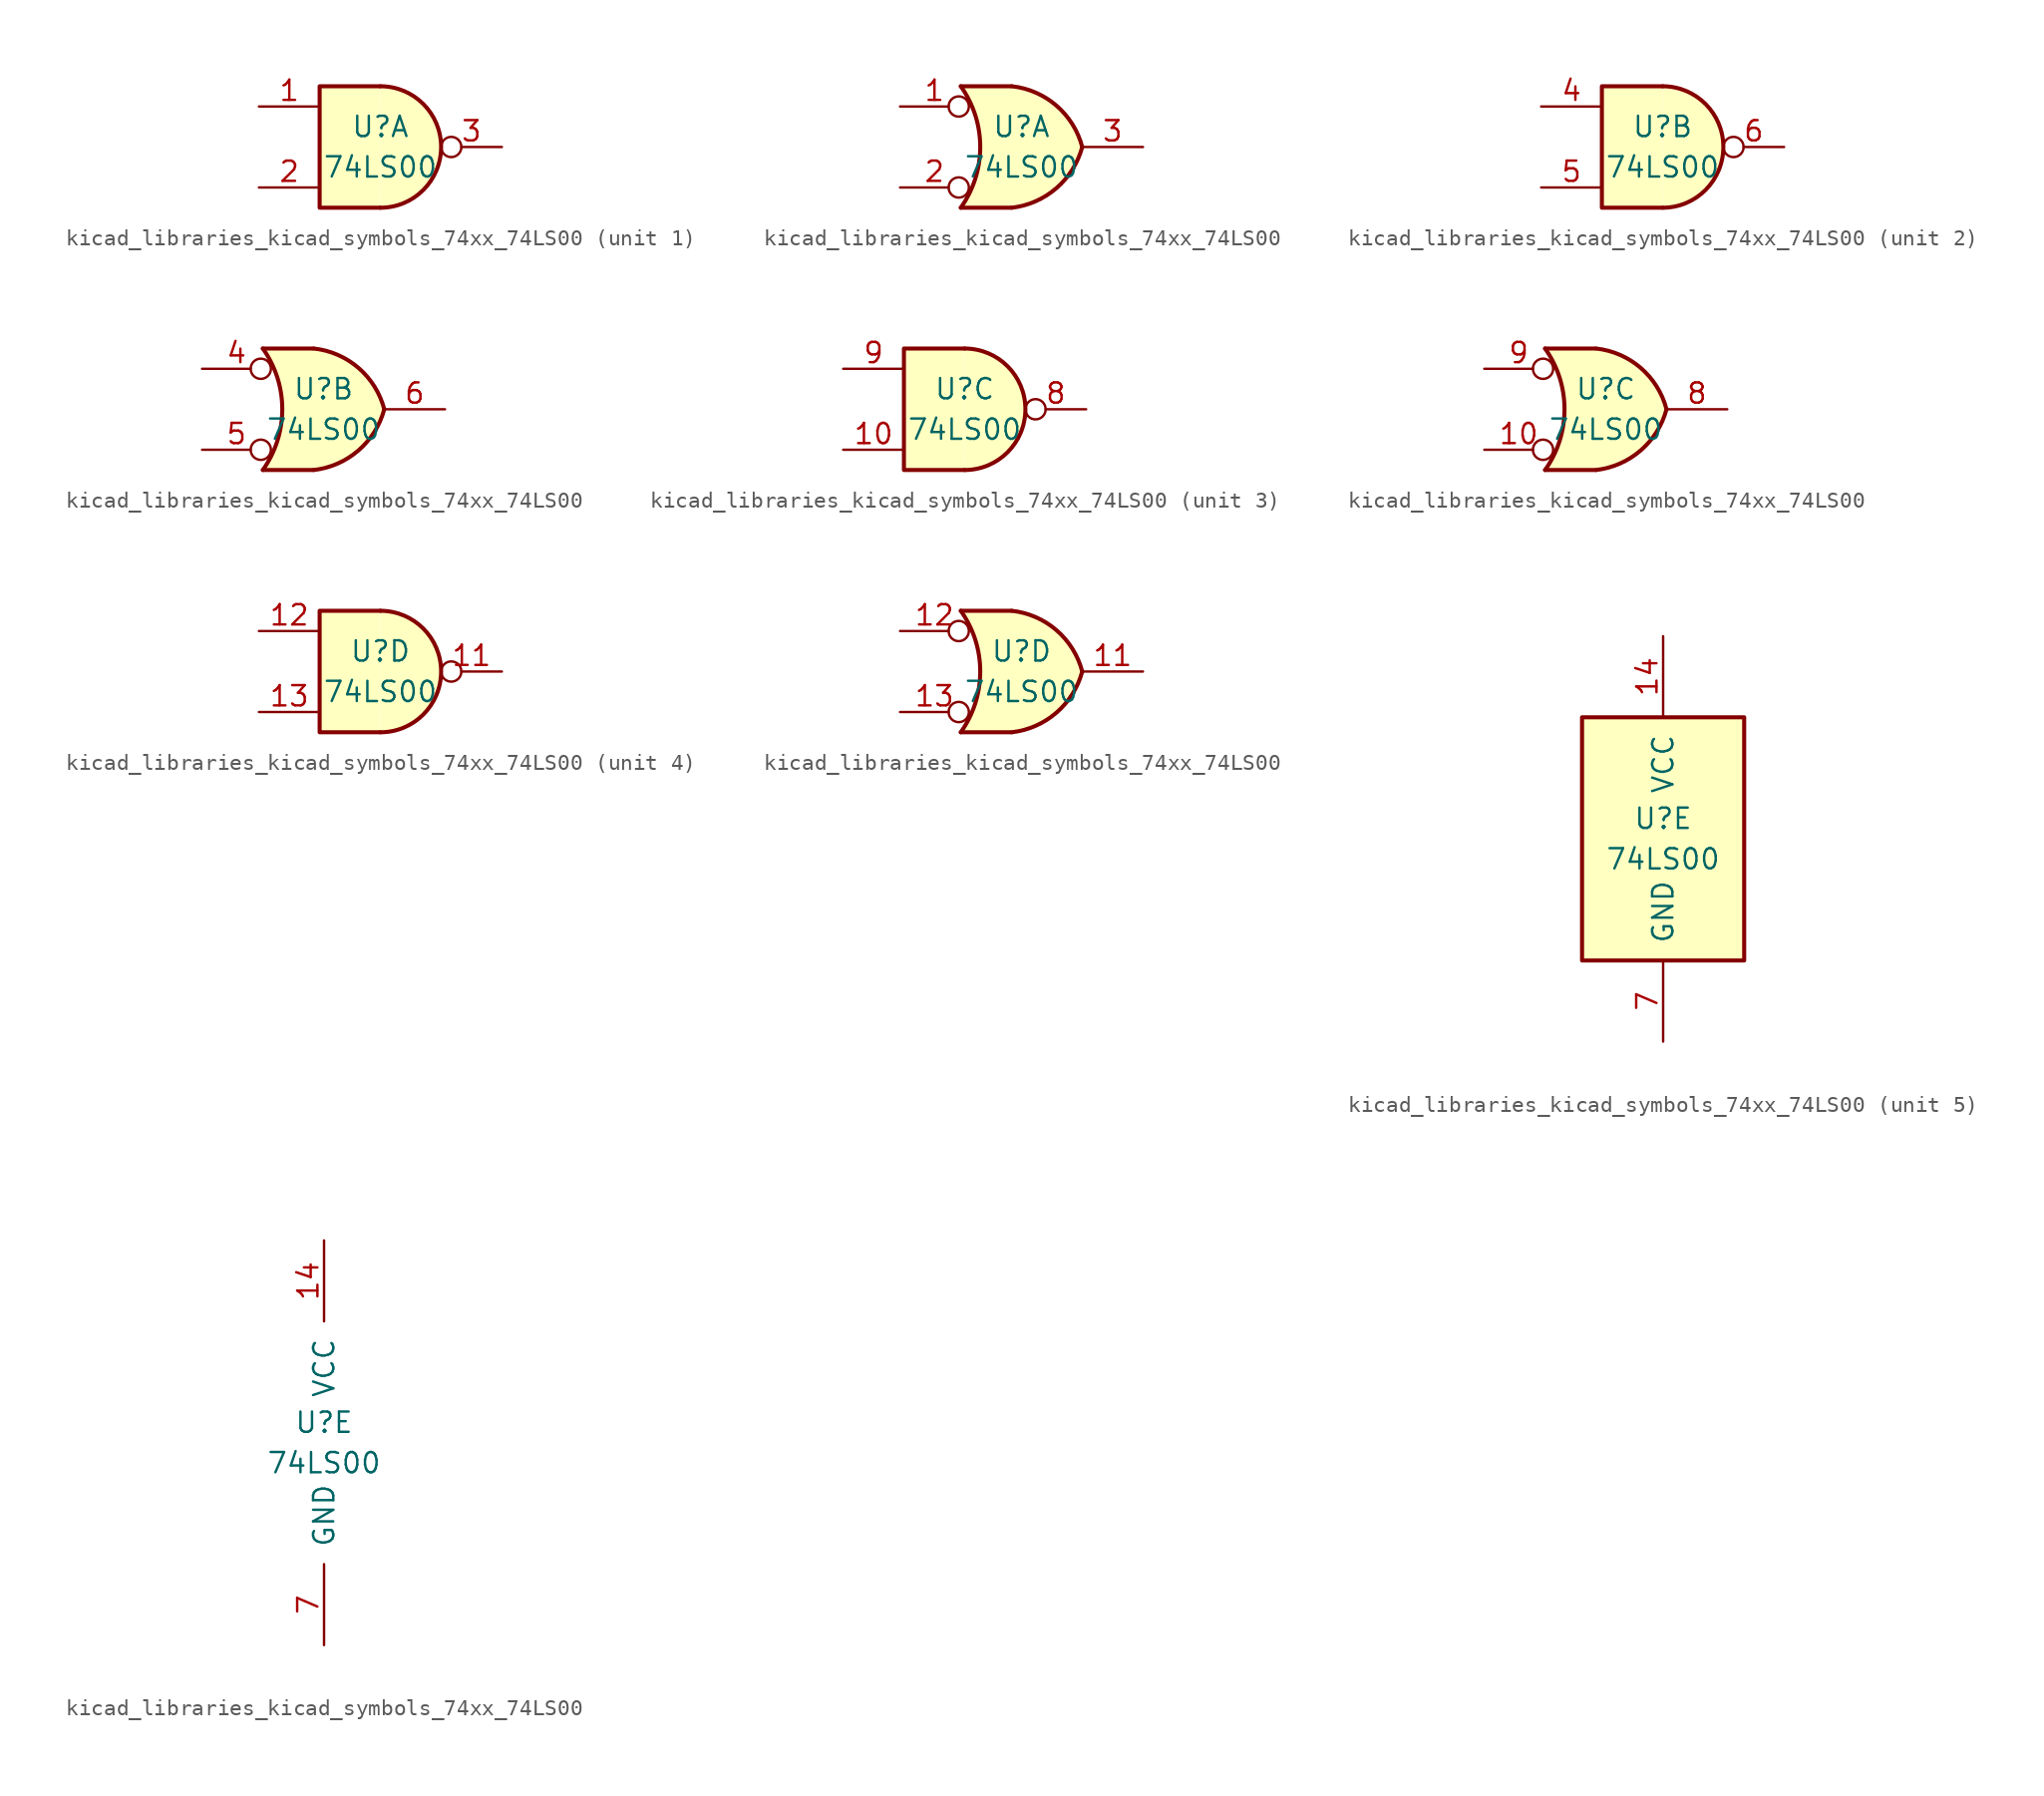
<source format=kicad_sym>
(kicad_symbol_lib
  (version 20220914)
  (generator kicad_symbol_editor)
  (symbol "kicad_libraries_kicad_symbols_74xx_74LS00"
    (pin_names
      (offset 1.016))
    (property "Reference" "U"
      (at 0 1.27 0)
      (effects (font (size 1.27 1.27))))
    (property "Value" "74LS00"
      (at 0 -1.27 0)
      (effects (font (size 1.27 1.27))))
    (property "ki_locked" ""
      (at 0 0 0)
      (effects (font (size 1.27 1.27))))
    (symbol "kicad_libraries_kicad_symbols_74xx_74LS00_1_1"
      (arc (start 0 -3.81) (mid 3.7934 0) (end 0 3.81) (stroke (width 0.254) (type default)) (fill (type background)))
      (polyline (pts (xy 0 3.81) (xy -3.81 3.81) (xy -3.81 -3.81) (xy 0 -3.81)) (stroke (width 0.254) (type default)) (fill (type background)))
      (pin input line (at -7.62 2.54 0) (length 3.81) (name "~" (effects (font (size 1.27 1.27)))) (number "1" (effects (font (size 1.27 1.27)))))
      (pin input line (at -7.62 -2.54 0) (length 3.81) (name "~" (effects (font (size 1.27 1.27)))) (number "2" (effects (font (size 1.27 1.27)))))
      (pin output inverted (at 7.62 0 180) (length 3.81) (name "~" (effects (font (size 1.27 1.27)))) (number "3" (effects (font (size 1.27 1.27))))))
    (symbol "kicad_libraries_kicad_symbols_74xx_74LS00_1_2"
      (arc (start -3.81 -3.81) (mid -2.589 0) (end -3.81 3.81) (stroke (width 0.254) (type default)) (fill (type none)))
      (arc (start -0.6096 -3.81) (mid 2.1842 -2.5851) (end 3.81 0) (stroke (width 0.254) (type default)) (fill (type background)))
      (polyline (pts (xy -3.81 -3.81) (xy -0.635 -3.81)) (stroke (width 0.254) (type default)) (fill (type background)))
      (polyline (pts (xy -3.81 3.81) (xy -0.635 3.81)) (stroke (width 0.254) (type default)) (fill (type background)))
      (polyline (pts (xy -0.635 3.81) (xy -3.81 3.81) (xy -3.81 3.81) (xy -3.556 3.404) (xy -3.023 2.261) (xy -2.692 1.041) (xy -2.616 -0.254) (xy -2.769 -1.499) (xy -3.175 -2.718) (xy -3.81 -3.81) (xy -3.81 -3.81) (xy -0.635 -3.81)) (stroke (width -25.4) (type default)) (fill (type background)))
      (arc (start 3.81 0) (mid 2.1915 2.5936) (end -0.6096 3.81) (stroke (width 0.254) (type default)) (fill (type background)))
      (pin input inverted (at -7.62 2.54 0) (length 4.318) (name "~" (effects (font (size 1.27 1.27)))) (number "1" (effects (font (size 1.27 1.27)))))
      (pin input inverted (at -7.62 -2.54 0) (length 4.318) (name "~" (effects (font (size 1.27 1.27)))) (number "2" (effects (font (size 1.27 1.27)))))
      (pin output line (at 7.62 0 180) (length 3.81) (name "~" (effects (font (size 1.27 1.27)))) (number "3" (effects (font (size 1.27 1.27))))))
    (symbol "kicad_libraries_kicad_symbols_74xx_74LS00_2_1"
      (arc (start 0 -3.81) (mid 3.7934 0) (end 0 3.81) (stroke (width 0.254) (type default)) (fill (type background)))
      (polyline (pts (xy 0 3.81) (xy -3.81 3.81) (xy -3.81 -3.81) (xy 0 -3.81)) (stroke (width 0.254) (type default)) (fill (type background)))
      (pin input line (at -7.62 2.54 0) (length 3.81) (name "~" (effects (font (size 1.27 1.27)))) (number "4" (effects (font (size 1.27 1.27)))))
      (pin input line (at -7.62 -2.54 0) (length 3.81) (name "~" (effects (font (size 1.27 1.27)))) (number "5" (effects (font (size 1.27 1.27)))))
      (pin output inverted (at 7.62 0 180) (length 3.81) (name "~" (effects (font (size 1.27 1.27)))) (number "6" (effects (font (size 1.27 1.27))))))
    (symbol "kicad_libraries_kicad_symbols_74xx_74LS00_2_2"
      (arc (start -3.81 -3.81) (mid -2.589 0) (end -3.81 3.81) (stroke (width 0.254) (type default)) (fill (type none)))
      (arc (start -0.6096 -3.81) (mid 2.1842 -2.5851) (end 3.81 0) (stroke (width 0.254) (type default)) (fill (type background)))
      (polyline (pts (xy -3.81 -3.81) (xy -0.635 -3.81)) (stroke (width 0.254) (type default)) (fill (type background)))
      (polyline (pts (xy -3.81 3.81) (xy -0.635 3.81)) (stroke (width 0.254) (type default)) (fill (type background)))
      (polyline (pts (xy -0.635 3.81) (xy -3.81 3.81) (xy -3.81 3.81) (xy -3.556 3.404) (xy -3.023 2.261) (xy -2.692 1.041) (xy -2.616 -0.254) (xy -2.769 -1.499) (xy -3.175 -2.718) (xy -3.81 -3.81) (xy -3.81 -3.81) (xy -0.635 -3.81)) (stroke (width -25.4) (type default)) (fill (type background)))
      (arc (start 3.81 0) (mid 2.1915 2.5936) (end -0.6096 3.81) (stroke (width 0.254) (type default)) (fill (type background)))
      (pin input inverted (at -7.62 2.54 0) (length 4.318) (name "~" (effects (font (size 1.27 1.27)))) (number "4" (effects (font (size 1.27 1.27)))))
      (pin input inverted (at -7.62 -2.54 0) (length 4.318) (name "~" (effects (font (size 1.27 1.27)))) (number "5" (effects (font (size 1.27 1.27)))))
      (pin output line (at 7.62 0 180) (length 3.81) (name "~" (effects (font (size 1.27 1.27)))) (number "6" (effects (font (size 1.27 1.27))))))
    (symbol "kicad_libraries_kicad_symbols_74xx_74LS00_3_1"
      (arc (start 0 -3.81) (mid 3.7934 0) (end 0 3.81) (stroke (width 0.254) (type default)) (fill (type background)))
      (polyline (pts (xy 0 3.81) (xy -3.81 3.81) (xy -3.81 -3.81) (xy 0 -3.81)) (stroke (width 0.254) (type default)) (fill (type background)))
      (pin input line (at -7.62 -2.54 0) (length 3.81) (name "~" (effects (font (size 1.27 1.27)))) (number "10" (effects (font (size 1.27 1.27)))))
      (pin output inverted (at 7.62 0 180) (length 3.81) (name "~" (effects (font (size 1.27 1.27)))) (number "8" (effects (font (size 1.27 1.27)))))
      (pin input line (at -7.62 2.54 0) (length 3.81) (name "~" (effects (font (size 1.27 1.27)))) (number "9" (effects (font (size 1.27 1.27))))))
    (symbol "kicad_libraries_kicad_symbols_74xx_74LS00_3_2"
      (arc (start -3.81 -3.81) (mid -2.589 0) (end -3.81 3.81) (stroke (width 0.254) (type default)) (fill (type none)))
      (arc (start -0.6096 -3.81) (mid 2.1842 -2.5851) (end 3.81 0) (stroke (width 0.254) (type default)) (fill (type background)))
      (polyline (pts (xy -3.81 -3.81) (xy -0.635 -3.81)) (stroke (width 0.254) (type default)) (fill (type background)))
      (polyline (pts (xy -3.81 3.81) (xy -0.635 3.81)) (stroke (width 0.254) (type default)) (fill (type background)))
      (polyline (pts (xy -0.635 3.81) (xy -3.81 3.81) (xy -3.81 3.81) (xy -3.556 3.404) (xy -3.023 2.261) (xy -2.692 1.041) (xy -2.616 -0.254) (xy -2.769 -1.499) (xy -3.175 -2.718) (xy -3.81 -3.81) (xy -3.81 -3.81) (xy -0.635 -3.81)) (stroke (width -25.4) (type default)) (fill (type background)))
      (arc (start 3.81 0) (mid 2.1915 2.5936) (end -0.6096 3.81) (stroke (width 0.254) (type default)) (fill (type background)))
      (pin input inverted (at -7.62 -2.54 0) (length 4.318) (name "~" (effects (font (size 1.27 1.27)))) (number "10" (effects (font (size 1.27 1.27)))))
      (pin output line (at 7.62 0 180) (length 3.81) (name "~" (effects (font (size 1.27 1.27)))) (number "8" (effects (font (size 1.27 1.27)))))
      (pin input inverted (at -7.62 2.54 0) (length 4.318) (name "~" (effects (font (size 1.27 1.27)))) (number "9" (effects (font (size 1.27 1.27))))))
    (symbol "kicad_libraries_kicad_symbols_74xx_74LS00_4_1"
      (arc (start 0 -3.81) (mid 3.7934 0) (end 0 3.81) (stroke (width 0.254) (type default)) (fill (type background)))
      (polyline (pts (xy 0 3.81) (xy -3.81 3.81) (xy -3.81 -3.81) (xy 0 -3.81)) (stroke (width 0.254) (type default)) (fill (type background)))
      (pin output inverted (at 7.62 0 180) (length 3.81) (name "~" (effects (font (size 1.27 1.27)))) (number "11" (effects (font (size 1.27 1.27)))))
      (pin input line (at -7.62 2.54 0) (length 3.81) (name "~" (effects (font (size 1.27 1.27)))) (number "12" (effects (font (size 1.27 1.27)))))
      (pin input line (at -7.62 -2.54 0) (length 3.81) (name "~" (effects (font (size 1.27 1.27)))) (number "13" (effects (font (size 1.27 1.27))))))
    (symbol "kicad_libraries_kicad_symbols_74xx_74LS00_4_2"
      (arc (start -3.81 -3.81) (mid -2.589 0) (end -3.81 3.81) (stroke (width 0.254) (type default)) (fill (type none)))
      (arc (start -0.6096 -3.81) (mid 2.1842 -2.5851) (end 3.81 0) (stroke (width 0.254) (type default)) (fill (type background)))
      (polyline (pts (xy -3.81 -3.81) (xy -0.635 -3.81)) (stroke (width 0.254) (type default)) (fill (type background)))
      (polyline (pts (xy -3.81 3.81) (xy -0.635 3.81)) (stroke (width 0.254) (type default)) (fill (type background)))
      (polyline (pts (xy -0.635 3.81) (xy -3.81 3.81) (xy -3.81 3.81) (xy -3.556 3.404) (xy -3.023 2.261) (xy -2.692 1.041) (xy -2.616 -0.254) (xy -2.769 -1.499) (xy -3.175 -2.718) (xy -3.81 -3.81) (xy -3.81 -3.81) (xy -0.635 -3.81)) (stroke (width -25.4) (type default)) (fill (type background)))
      (arc (start 3.81 0) (mid 2.1915 2.5936) (end -0.6096 3.81) (stroke (width 0.254) (type default)) (fill (type background)))
      (pin output line (at 7.62 0 180) (length 3.81) (name "~" (effects (font (size 1.27 1.27)))) (number "11" (effects (font (size 1.27 1.27)))))
      (pin input inverted (at -7.62 2.54 0) (length 4.318) (name "~" (effects (font (size 1.27 1.27)))) (number "12" (effects (font (size 1.27 1.27)))))
      (pin input inverted (at -7.62 -2.54 0) (length 4.318) (name "~" (effects (font (size 1.27 1.27)))) (number "13" (effects (font (size 1.27 1.27))))))
    (symbol "kicad_libraries_kicad_symbols_74xx_74LS00_5_0"
      (pin power_in line (at 0 12.7 270) (length 5.08) (name "VCC" (effects (font (size 1.27 1.27)))) (number "14" (effects (font (size 1.27 1.27)))))
      (pin power_in line (at 0 -12.7 90) (length 5.08) (name "GND" (effects (font (size 1.27 1.27)))) (number "7" (effects (font (size 1.27 1.27))))))
    (symbol "kicad_libraries_kicad_symbols_74xx_74LS00_5_1"
      (rectangle (start -5.08 7.62) (end 5.08 -7.62) (stroke (width 0.254) (type default)) (fill (type background))))))
</source>
